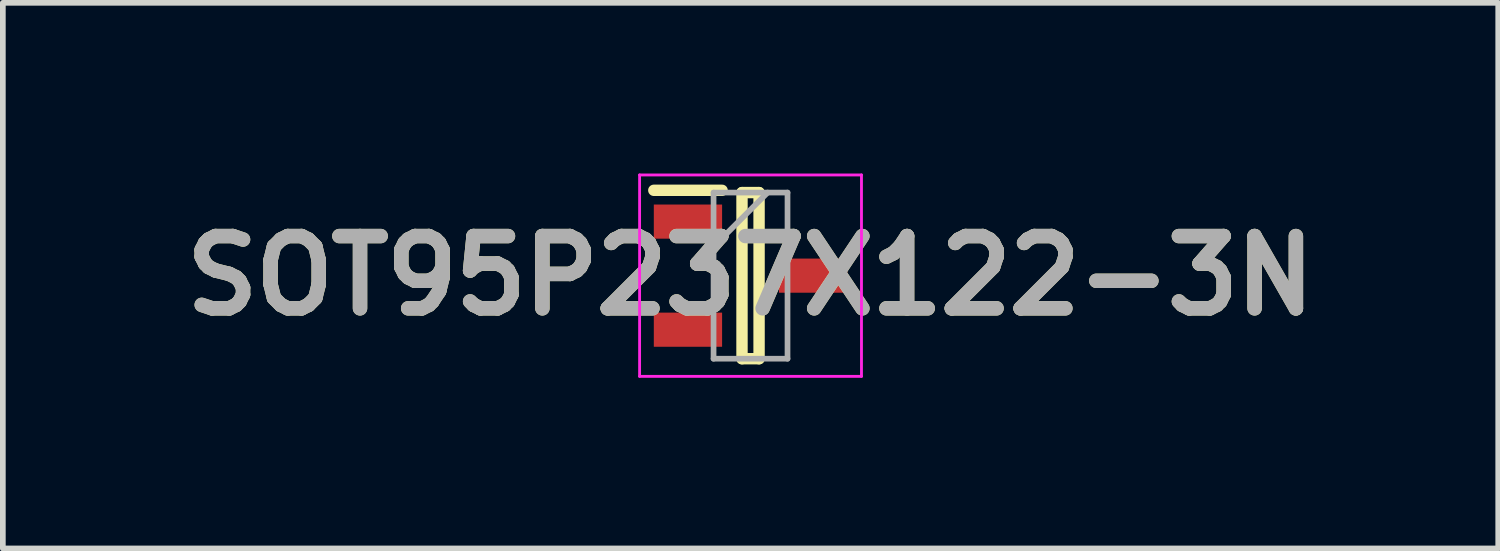
<source format=kicad_pcb>
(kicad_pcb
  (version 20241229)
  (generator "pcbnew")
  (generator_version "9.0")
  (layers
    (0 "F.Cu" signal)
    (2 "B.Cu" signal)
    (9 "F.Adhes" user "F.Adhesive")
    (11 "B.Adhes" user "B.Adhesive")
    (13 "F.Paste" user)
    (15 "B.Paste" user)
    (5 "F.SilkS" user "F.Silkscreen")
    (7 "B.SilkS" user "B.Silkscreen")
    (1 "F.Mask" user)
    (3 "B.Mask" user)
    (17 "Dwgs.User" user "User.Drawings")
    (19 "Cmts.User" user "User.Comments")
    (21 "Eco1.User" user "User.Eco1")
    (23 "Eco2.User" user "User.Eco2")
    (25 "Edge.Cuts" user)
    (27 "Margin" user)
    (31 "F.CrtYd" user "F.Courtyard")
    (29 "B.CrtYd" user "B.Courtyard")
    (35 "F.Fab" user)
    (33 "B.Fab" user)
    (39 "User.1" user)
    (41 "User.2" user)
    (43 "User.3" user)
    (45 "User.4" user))
  (footprint "SOT95P237X122-3N"
    (layer "F.Cu")
    (at 10.142 1.795)
    (property "Reference" "SOT95P237X122-3N" (at 0 0 0) (layer "F.SilkS") (effects (font (size 1.27 1.27) (thickness 0.254))))
    (attr smd)
    (fp_line (start -1.7 -1.5) (end -0.5 -1.5) (stroke (width 0.2) (type solid)) (layer "F.SilkS"))
    (fp_line (start -0.15 -1.46) (end 0.15 -1.46) (stroke (width 0.2) (type solid)) (layer "F.SilkS"))
    (fp_line (start -0.15 1.46) (end -0.15 -1.46) (stroke (width 0.2) (type solid)) (layer "F.SilkS"))
    (fp_line (start 0.15 -1.46) (end 0.15 1.46) (stroke (width 0.2) (type solid)) (layer "F.SilkS"))
    (fp_line (start 0.15 1.46) (end -0.15 1.46) (stroke (width 0.2) (type solid)) (layer "F.SilkS"))
    (fp_line (start -1.95 -1.77) (end 1.95 -1.77) (stroke (width 0.05) (type solid)) (layer "F.CrtYd"))
    (fp_line (start -1.95 1.77) (end -1.95 -1.77) (stroke (width 0.05) (type solid)) (layer "F.CrtYd"))
    (fp_line (start 1.95 -1.77) (end 1.95 1.77) (stroke (width 0.05) (type solid)) (layer "F.CrtYd"))
    (fp_line (start 1.95 1.77) (end -1.95 1.77) (stroke (width 0.05) (type solid)) (layer "F.CrtYd"))
    (fp_line (start -0.65 -1.46) (end 0.65 -1.46) (stroke (width 0.1) (type solid)) (layer "F.Fab"))
    (fp_line (start -0.65 -0.51) (end 0.3 -1.46) (stroke (width 0.1) (type solid)) (layer "F.Fab"))
    (fp_line (start -0.65 1.46) (end -0.65 -1.46) (stroke (width 0.1) (type solid)) (layer "F.Fab"))
    (fp_line (start 0.65 -1.46) (end 0.65 1.46) (stroke (width 0.1) (type solid)) (layer "F.Fab"))
    (fp_line (start 0.65 1.46) (end -0.65 1.46) (stroke (width 0.1) (type solid)) (layer "F.Fab"))
    (fp_text user "${REFERENCE}" (at 0 0 0) (layer "F.Fab") (effects (font (size 1.27 1.27) (thickness 0.254))))
    (pad "1" smd rect (at -1.1 -0.95 90) (size 0.6 1.2) (layers "F.Cu" "F.Mask" "F.Paste"))
    (pad "2" smd rect (at -1.1 0.95 90) (size 0.6 1.2) (layers "F.Cu" "F.Mask" "F.Paste"))
    (pad "3" smd rect (at 1.1 0 90) (size 0.6 1.2) (layers "F.Cu" "F.Mask" "F.Paste")))
  (gr_rect
    (start -3 -3)
    (end 23.284 6.59)
    (stroke (width 0.1) (type default))
    (fill no)
    (layer "Edge.Cuts")))
</source>
